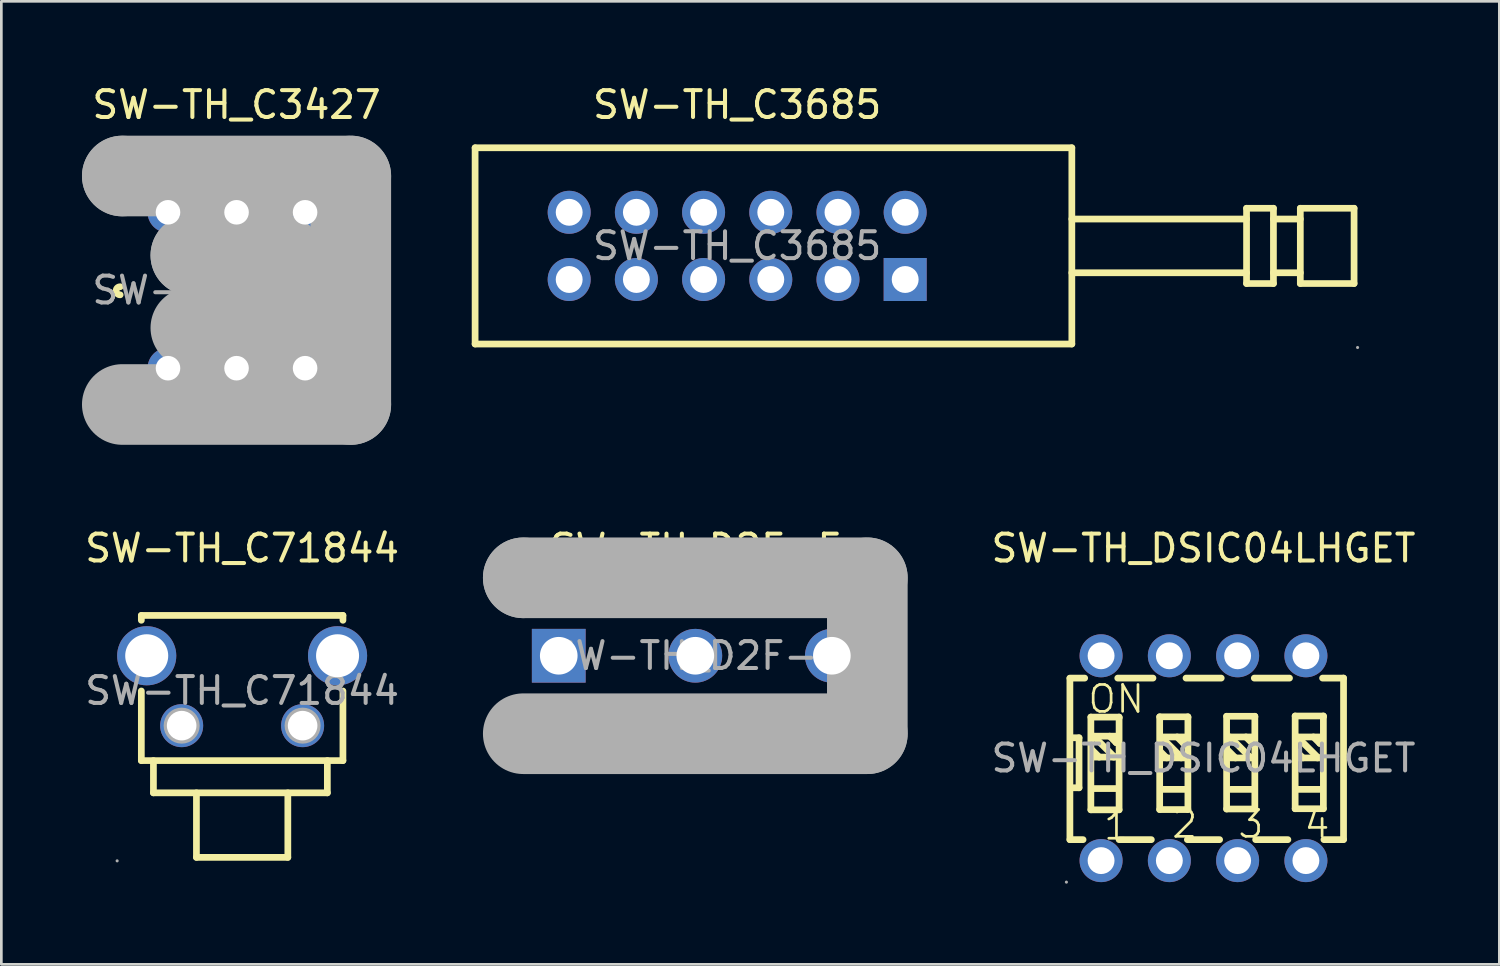
<source format=kicad_pcb>
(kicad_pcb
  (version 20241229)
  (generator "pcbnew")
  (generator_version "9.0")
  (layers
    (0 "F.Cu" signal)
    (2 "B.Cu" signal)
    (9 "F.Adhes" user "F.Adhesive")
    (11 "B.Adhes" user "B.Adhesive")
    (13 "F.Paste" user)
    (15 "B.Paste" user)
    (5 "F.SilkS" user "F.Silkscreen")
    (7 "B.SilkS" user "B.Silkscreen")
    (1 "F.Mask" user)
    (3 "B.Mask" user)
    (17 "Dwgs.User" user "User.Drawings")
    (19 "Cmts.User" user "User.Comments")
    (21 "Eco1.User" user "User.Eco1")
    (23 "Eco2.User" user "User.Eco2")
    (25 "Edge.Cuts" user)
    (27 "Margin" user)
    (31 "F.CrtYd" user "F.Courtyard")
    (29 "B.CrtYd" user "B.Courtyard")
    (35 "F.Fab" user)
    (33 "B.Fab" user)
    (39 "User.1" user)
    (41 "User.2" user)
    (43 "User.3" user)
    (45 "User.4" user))
  (footprint "SW-TH_C3685"
    (layer "F.Cu")
    (at 24.375 6.098)
    (property "Reference" "SW-TH_C3685" (at 0 -5.25 0) (layer "F.SilkS") (effects (font (size 1 1) (thickness 0.15))))
    (attr through_hole)
    (fp_line (start -9.75 -3.65) (end 12.45 -3.65) (stroke (width 0.25) (type solid)) (layer "F.SilkS"))
    (fp_line (start -9.75 3.65) (end -9.75 -3.65) (stroke (width 0.25) (type solid)) (layer "F.SilkS"))
    (fp_line (start -9.75 3.65) (end 12.45 3.65) (stroke (width 0.25) (type solid)) (layer "F.SilkS"))
    (fp_line (start 12.45 3.65) (end 12.45 -3.65) (stroke (width 0.25) (type solid)) (layer "F.SilkS"))
    (fp_line (start 18.95 -1) (end 12.45 -1) (stroke (width 0.25) (type solid)) (layer "F.SilkS"))
    (fp_line (start 18.95 1) (end 12.45 1) (stroke (width 0.25) (type solid)) (layer "F.SilkS"))
    (fp_line (start 18.95 1.4) (end 18.95 -1.4) (stroke (width 0.25) (type solid)) (layer "F.SilkS"))
    (fp_line (start 19.95 -1.4) (end 18.95 -1.4) (stroke (width 0.25) (type solid)) (layer "F.SilkS"))
    (fp_line (start 19.95 1.4) (end 18.95 1.4) (stroke (width 0.25) (type solid)) (layer "F.SilkS"))
    (fp_line (start 19.95 1.4) (end 19.95 -1.4) (stroke (width 0.25) (type solid)) (layer "F.SilkS"))
    (fp_line (start 20.95 -1) (end 19.95 -1) (stroke (width 0.25) (type solid)) (layer "F.SilkS"))
    (fp_line (start 20.95 1) (end 19.95 1) (stroke (width 0.25) (type solid)) (layer "F.SilkS"))
    (fp_line (start 20.95 1.4) (end 20.95 -1.4) (stroke (width 0.25) (type solid)) (layer "F.SilkS"))
    (fp_line (start 22.95 -1.4) (end 20.95 -1.4) (stroke (width 0.25) (type solid)) (layer "F.SilkS"))
    (fp_line (start 22.95 1.4) (end 20.95 1.4) (stroke (width 0.25) (type solid)) (layer "F.SilkS"))
    (fp_line (start 22.95 1.4) (end 22.95 -1.4) (stroke (width 0.25) (type solid)) (layer "F.SilkS"))
    (fp_circle (center -6.25 -1.25) (end -6.05 -1.25) (stroke (width 0.4) (type solid)) (fill no) (layer "F.Fab"))
    (fp_circle (center -6.25 1.25) (end -6.05 1.25) (stroke (width 0.4) (type solid)) (fill no) (layer "F.Fab"))
    (fp_circle (center -3.75 -1.25) (end -3.55 -1.25) (stroke (width 0.4) (type solid)) (fill no) (layer "F.Fab"))
    (fp_circle (center -3.75 1.25) (end -3.55 1.25) (stroke (width 0.4) (type solid)) (fill no) (layer "F.Fab"))
    (fp_circle (center -1.25 -1.25) (end -1.05 -1.25) (stroke (width 0.4) (type solid)) (fill no) (layer "F.Fab"))
    (fp_circle (center -1.25 1.25) (end -1.05 1.25) (stroke (width 0.4) (type solid)) (fill no) (layer "F.Fab"))
    (fp_circle (center 1.25 -1.25) (end 1.45 -1.25) (stroke (width 0.4) (type solid)) (fill no) (layer "F.Fab"))
    (fp_circle (center 1.25 1.25) (end 1.45 1.25) (stroke (width 0.4) (type solid)) (fill no) (layer "F.Fab"))
    (fp_circle (center 3.75 -1.25) (end 3.95 -1.25) (stroke (width 0.4) (type solid)) (fill no) (layer "F.Fab"))
    (fp_circle (center 3.75 1.25) (end 3.95 1.25) (stroke (width 0.4) (type solid)) (fill no) (layer "F.Fab"))
    (fp_circle (center 6.25 -1.25) (end 6.45 -1.25) (stroke (width 0.4) (type solid)) (fill no) (layer "F.Fab"))
    (fp_circle (center 6.25 1.25) (end 6.45 1.25) (stroke (width 0.4) (type solid)) (fill no) (layer "F.Fab"))
    (fp_circle (center 23.08 3.78) (end 23.11 3.78) (stroke (width 0.06) (type solid)) (fill no) (layer "F.Fab"))
    (fp_text user "${REFERENCE}" (at 0 0 0) (layer "F.Fab") (effects (font (size 1 1) (thickness 0.15))))
    (pad "1" thru_hole rect (at 6.25 1.25 180) (size 1.6 1.6) (drill 1) (layers "*.Cu" "*.Paste" "*.Mask"))
    (pad "2" thru_hole circle (at 3.75 1.25 180) (size 1.6 1.6) (drill 1) (layers "*.Cu" "*.Paste" "*.Mask"))
    (pad "3" thru_hole circle (at 1.25 1.25 180) (size 1.6 1.6) (drill 1) (layers "*.Cu" "*.Paste" "*.Mask"))
    (pad "4" thru_hole circle (at -1.25 1.25 180) (size 1.6 1.6) (drill 1) (layers "*.Cu" "*.Paste" "*.Mask"))
    (pad "5" thru_hole circle (at -3.75 1.25 180) (size 1.6 1.6) (drill 1) (layers "*.Cu" "*.Paste" "*.Mask"))
    (pad "6" thru_hole circle (at -6.25 1.25 180) (size 1.6 1.6) (drill 1) (layers "*.Cu" "*.Paste" "*.Mask"))
    (pad "7" thru_hole circle (at 6.25 -1.25 180) (size 1.6 1.6) (drill 1) (layers "*.Cu" "*.Paste" "*.Mask"))
    (pad "8" thru_hole circle (at 3.75 -1.25 180) (size 1.6 1.6) (drill 1) (layers "*.Cu" "*.Paste" "*.Mask"))
    (pad "9" thru_hole circle (at 1.25 -1.25 180) (size 1.6 1.6) (drill 1) (layers "*.Cu" "*.Paste" "*.Mask"))
    (pad "10" thru_hole circle (at -1.25 -1.25 180) (size 1.6 1.6) (drill 1) (layers "*.Cu" "*.Paste" "*.Mask"))
    (pad "11" thru_hole circle (at -3.75 -1.25 180) (size 1.6 1.6) (drill 1) (layers "*.Cu" "*.Paste" "*.Mask"))
    (pad "12" thru_hole circle (at -6.25 -1.25 180) (size 1.6 1.6) (drill 1) (layers "*.Cu" "*.Paste" "*.Mask")))
  (footprint "SW-TH_C3427"
    (layer "F.Cu")
    (at 5.75 7.748)
    (property "Reference" "SW-TH_C3427" (at 0 -6.9 0) (layer "F.SilkS") (effects (font (size 1 1) (thickness 0.15))))
    (attr through_hole)
    (fp_arc (start -4.33 0.17) (mid -4.48 0.02) (end -4.33 -0.13) (stroke (width 0.25) (type solid)) (layer "F.SilkS"))
    (fp_line (start -4.25 -4.25) (end -4.25 -4.25) (stroke (width 3) (type solid)) (layer "F.Fab"))
    (fp_line (start -4.25 -4.25) (end 4.25 -4.25) (stroke (width 3) (type solid)) (layer "F.Fab"))
    (fp_line (start -1.7 -1.3) (end -1.7 -1.3) (stroke (width 3) (type solid)) (layer "F.Fab"))
    (fp_line (start -1.7 -1.3) (end 1.7 -1.3) (stroke (width 3) (type solid)) (layer "F.Fab"))
    (fp_line (start 1.7 -1.3) (end 1.7 1.4) (stroke (width 3) (type solid)) (layer "F.Fab"))
    (fp_line (start 1.7 1.4) (end -1.7 1.4) (stroke (width 3) (type solid)) (layer "F.Fab"))
    (fp_line (start 4.25 -4.25) (end 4.25 4.25) (stroke (width 3) (type solid)) (layer "F.Fab"))
    (fp_line (start 4.25 4.25) (end -4.25 4.25) (stroke (width 3) (type solid)) (layer "F.Fab"))
    (fp_circle (center -4.6 4.38) (end -4.57 4.38) (stroke (width 0.06) (type solid)) (fill no) (layer "F.Fab"))
    (fp_circle (center -2.55 -2.9) (end -2.37 -2.9) (stroke (width 0.36) (type solid)) (fill no) (layer "F.Fab"))
    (fp_circle (center -2.55 2.9) (end -2.37 2.9) (stroke (width 0.36) (type solid)) (fill no) (layer "F.Fab"))
    (fp_circle (center 0 -2.9) (end 0.18 -2.9) (stroke (width 0.36) (type solid)) (fill no) (layer "F.Fab"))
    (fp_circle (center 0 2.9) (end 0.18 2.9) (stroke (width 0.36) (type solid)) (fill no) (layer "F.Fab"))
    (fp_circle (center 2.55 -2.9) (end 2.73 -2.9) (stroke (width 0.36) (type solid)) (fill no) (layer "F.Fab"))
    (fp_circle (center 2.55 2.9) (end 2.73 2.9) (stroke (width 0.36) (type solid)) (fill no) (layer "F.Fab"))
    (fp_text user "${REFERENCE}" (at 0 0 0) (layer "F.Fab") (effects (font (size 1 1) (thickness 0.15))))
    (pad "1" thru_hole circle (at -2.55 2.9) (size 1.52 1.52) (drill 0.914) (layers "*.Cu" "*.Paste" "*.Mask"))
    (pad "2" thru_hole circle (at 0 2.9) (size 1.52 1.52) (drill 0.914) (layers "*.Cu" "*.Paste" "*.Mask"))
    (pad "3" thru_hole circle (at 2.55 2.9) (size 1.52 1.52) (drill 0.914) (layers "*.Cu" "*.Paste" "*.Mask"))
    (pad "4" thru_hole circle (at -2.55 -2.9) (size 1.52 1.52) (drill 0.914) (layers "*.Cu" "*.Paste" "*.Mask"))
    (pad "5" thru_hole circle (at 0 -2.9) (size 1.52 1.52) (drill 0.914) (layers "*.Cu" "*.Paste" "*.Mask"))
    (pad "6" thru_hole circle (at 2.55 -2.9) (size 1.52 1.52) (drill 0.914) (layers "*.Cu" "*.Paste" "*.Mask")))
  (footprint "SW-TH_D2F-F"
    (layer "F.Cu")
    (at 22.817 21.346)
    (property "Reference" "SW-TH_D2F-F" (at 0 -4 0) (layer "F.SilkS") (effects (font (size 1 1) (thickness 0.15))))
    (attr through_hole)
    (fp_line (start -6.4 -2.9) (end -6.4 -2.9) (stroke (width 3) (type solid)) (layer "F.Fab"))
    (fp_line (start -6.4 -2.9) (end 6.4 -2.9) (stroke (width 3) (type solid)) (layer "F.Fab"))
    (fp_line (start 6.4 -2.9) (end 6.4 2.9) (stroke (width 3) (type solid)) (layer "F.Fab"))
    (fp_line (start 6.4 2.9) (end -6.4 2.9) (stroke (width 3) (type solid)) (layer "F.Fab"))
    (fp_circle (center -6.53 3.03) (end -6.5 3.03) (stroke (width 0.06) (type solid)) (fill no) (layer "F.Fab"))
    (fp_circle (center -5.08 0) (end -4.78 0) (stroke (width 0.6) (type solid)) (fill no) (layer "F.Fab"))
    (fp_circle (center 0 0) (end 0.3 0) (stroke (width 0.6) (type solid)) (fill no) (layer "F.Fab"))
    (fp_circle (center 5.08 0) (end 5.38 0) (stroke (width 0.6) (type solid)) (fill no) (layer "F.Fab"))
    (fp_text user "${REFERENCE}" (at 0 0 0) (layer "F.Fab") (effects (font (size 1 1) (thickness 0.15))))
    (pad "1" thru_hole rect (at -5.08 0) (size 2 2) (drill 1.4) (layers "*.Cu" "*.Paste" "*.Mask"))
    (pad "2" thru_hole circle (at 0 0) (size 2 2) (drill 1.4) (layers "*.Cu" "*.Paste" "*.Mask"))
    (pad "3" thru_hole circle (at 5.08 0) (size 2 2) (drill 1.4) (layers "*.Cu" "*.Paste" "*.Mask")))
  (footprint "SW-TH_C71844"
    (layer "F.Cu")
    (at 5.958 22.646)
    (property "Reference" "SW-TH_C71844" (at 0 -5.3 0) (layer "F.SilkS") (effects (font (size 1 1) (thickness 0.15))))
    (attr through_hole)
    (fp_line (start -3.75 -2.8) (end -3.75 -2.62) (stroke (width 0.25) (type solid)) (layer "F.SilkS"))
    (fp_line (start -3.75 -2.8) (end 3.75 -2.8) (stroke (width 0.25) (type solid)) (layer "F.SilkS"))
    (fp_line (start -3.75 0.01) (end -3.75 2.6) (stroke (width 0.25) (type solid)) (layer "F.SilkS"))
    (fp_line (start -3.75 2.6) (end 3.75 2.6) (stroke (width 0.25) (type solid)) (layer "F.SilkS"))
    (fp_line (start -3.3 2.6) (end -3.3 3.8) (stroke (width 0.25) (type solid)) (layer "F.SilkS"))
    (fp_line (start -3.3 3.8) (end 3.17 3.8) (stroke (width 0.25) (type solid)) (layer "F.SilkS"))
    (fp_line (start -1.7 6.2) (end -1.7 3.8) (stroke (width 0.25) (type solid)) (layer "F.SilkS"))
    (fp_line (start -1.7 6.2) (end 1.7 6.2) (stroke (width 0.25) (type solid)) (layer "F.SilkS"))
    (fp_line (start 1.7 6.2) (end 1.7 3.8) (stroke (width 0.25) (type solid)) (layer "F.SilkS"))
    (fp_line (start 3.17 2.6) (end 3.17 3.8) (stroke (width 0.25) (type solid)) (layer "F.SilkS"))
    (fp_line (start 3.75 -2.8) (end 3.75 -2.62) (stroke (width 0.25) (type solid)) (layer "F.SilkS"))
    (fp_line (start 3.75 0.01) (end 3.75 2.6) (stroke (width 0.25) (type solid)) (layer "F.SilkS"))
    (fp_circle (center -4.65 6.33) (end -4.62 6.33) (stroke (width 0.06) (type solid)) (fill no) (layer "F.Fab"))
    (fp_circle (center -3.55 -1.3) (end -3.2 -1.3) (stroke (width 0.7) (type solid)) (fill no) (layer "F.Fab"))
    (fp_circle (center -2.25 1.3) (end -2.03 1.3) (stroke (width 0.45) (type solid)) (fill no) (layer "F.Fab"))
    (fp_circle (center 2.25 1.3) (end 2.47 1.3) (stroke (width 0.45) (type solid)) (fill no) (layer "F.Fab"))
    (fp_circle (center 3.55 -1.3) (end 3.9 -1.3) (stroke (width 0.7) (type solid)) (fill no) (layer "F.Fab"))
    (fp_text user "${REFERENCE}" (at 0 0 0) (layer "F.Fab") (effects (font (size 1 1) (thickness 0.15))))
    (pad "1" thru_hole circle (at -2.25 1.3) (size 1.6 1.6) (drill 1.1) (layers "*.Cu" "*.Paste" "*.Mask"))
    (pad "2" thru_hole circle (at 2.25 1.3) (size 1.6 1.6) (drill 1.1) (layers "*.Cu" "*.Paste" "*.Mask"))
    (pad "3" thru_hole circle (at -3.55 -1.3) (size 2.2 2.2) (drill 1.6) (layers "*.Cu" "*.Paste" "*.Mask"))
    (pad "4" thru_hole circle (at 3.55 -1.3) (size 2.2 2.2) (drill 1.6) (layers "*.Cu" "*.Paste" "*.Mask")))
  (footprint "SW-TH_DSIC04LHGET"
    (layer "F.Cu")
    (at 41.723 25.157)
    (property "Reference" "SW-TH_DSIC04LHGET" (at 0 -7.81 0) (layer "F.SilkS") (effects (font (size 1 1) (thickness 0.15))))
    (attr through_hole)
    (fp_line (start -4.97 -2.97) (end -4.97 3.03) (stroke (width 0.25) (type solid)) (layer "F.SilkS"))
    (fp_line (start -4.97 3.03) (end -4.48 3.03) (stroke (width 0.25) (type solid)) (layer "F.SilkS"))
    (fp_line (start -4.93 -0.76) (end -4.63 -0.76) (stroke (width 0.25) (type solid)) (layer "F.SilkS"))
    (fp_line (start -4.63 -0.76) (end -4.63 1.1) (stroke (width 0.25) (type solid)) (layer "F.SilkS"))
    (fp_line (start -4.63 1.1) (end -4.91 1.1) (stroke (width 0.25) (type solid)) (layer "F.SilkS"))
    (fp_line (start -4.42 -2.98) (end -4.97 -2.98) (stroke (width 0.25) (type solid)) (layer "F.SilkS"))
    (fp_line (start -4.19 -1.53) (end -4.19 1.92) (stroke (width 0.25) (type solid)) (layer "F.SilkS"))
    (fp_line (start -4.19 1.92) (end -3.14 1.92) (stroke (width 0.25) (type solid)) (layer "F.SilkS"))
    (fp_line (start -4.09 -0.82) (end -3.34 -0.07) (stroke (width 0.25) (type solid)) (layer "F.SilkS"))
    (fp_line (start -4.08 -0.04) (end -3.21 -0.04) (stroke (width 0.25) (type solid)) (layer "F.SilkS"))
    (fp_line (start -4.06 -0.82) (end -3.19 -0.82) (stroke (width 0.25) (type solid)) (layer "F.SilkS"))
    (fp_line (start -4.06 1.13) (end -3.19 1.13) (stroke (width 0.25) (type solid)) (layer "F.SilkS"))
    (fp_line (start -3.88 -0.04) (end -4.15 -0.31) (stroke (width 0.25) (type solid)) (layer "F.SilkS"))
    (fp_line (start -3.49 -0.82) (end -3.25 -0.58) (stroke (width 0.25) (type solid)) (layer "F.SilkS"))
    (fp_line (start -3.34 -0.07) (end -3.34 -0.04) (stroke (width 0.25) (type solid)) (layer "F.SilkS"))
    (fp_line (start -3.25 -0.58) (end -3.22 -0.58) (stroke (width 0.25) (type solid)) (layer "F.SilkS"))
    (fp_line (start -3.14 -1.53) (end -4.19 -1.53) (stroke (width 0.25) (type solid)) (layer "F.SilkS"))
    (fp_line (start -3.14 -1.5) (end -3.14 -1.53) (stroke (width 0.25) (type solid)) (layer "F.SilkS"))
    (fp_line (start -3.14 1.92) (end -3.14 -1.5) (stroke (width 0.25) (type solid)) (layer "F.SilkS"))
    (fp_line (start -3.14 3.03) (end -1.94 3.03) (stroke (width 0.25) (type solid)) (layer "F.SilkS"))
    (fp_line (start -1.88 -2.98) (end -3.19 -2.98) (stroke (width 0.25) (type solid)) (layer "F.SilkS"))
    (fp_line (start -1.63 -1.54) (end -1.63 1.91) (stroke (width 0.25) (type solid)) (layer "F.SilkS"))
    (fp_line (start -1.63 1.91) (end -0.58 1.91) (stroke (width 0.25) (type solid)) (layer "F.SilkS"))
    (fp_line (start -1.58 -0.79) (end -0.83 -0.04) (stroke (width 0.25) (type solid)) (layer "F.SilkS"))
    (fp_line (start -1.57 -0.01) (end -0.7 -0.01) (stroke (width 0.25) (type solid)) (layer "F.SilkS"))
    (fp_line (start -1.55 -0.79) (end -0.68 -0.79) (stroke (width 0.25) (type solid)) (layer "F.SilkS"))
    (fp_line (start -1.55 1.16) (end -0.68 1.16) (stroke (width 0.25) (type solid)) (layer "F.SilkS"))
    (fp_line (start -1.37 -0.01) (end -1.64 -0.28) (stroke (width 0.25) (type solid)) (layer "F.SilkS"))
    (fp_line (start -0.98 -0.79) (end -0.74 -0.55) (stroke (width 0.25) (type solid)) (layer "F.SilkS"))
    (fp_line (start -0.83 -0.04) (end -0.83 -0.01) (stroke (width 0.25) (type solid)) (layer "F.SilkS"))
    (fp_line (start -0.74 -0.55) (end -0.71 -0.55) (stroke (width 0.25) (type solid)) (layer "F.SilkS"))
    (fp_line (start -0.6 3.03) (end 0.6 3.03) (stroke (width 0.25) (type solid)) (layer "F.SilkS"))
    (fp_line (start -0.58 -1.54) (end -1.63 -1.54) (stroke (width 0.25) (type solid)) (layer "F.SilkS"))
    (fp_line (start -0.58 -1.51) (end -0.58 -1.54) (stroke (width 0.25) (type solid)) (layer "F.SilkS"))
    (fp_line (start -0.58 1.91) (end -0.58 -1.51) (stroke (width 0.25) (type solid)) (layer "F.SilkS"))
    (fp_line (start 0.66 -2.98) (end -0.65 -2.98) (stroke (width 0.25) (type solid)) (layer "F.SilkS"))
    (fp_line (start 0.86 -1.56) (end 0.86 1.89) (stroke (width 0.25) (type solid)) (layer "F.SilkS"))
    (fp_line (start 0.86 1.89) (end 1.91 1.89) (stroke (width 0.25) (type solid)) (layer "F.SilkS"))
    (fp_line (start 0.98 -0.79) (end 1.73 -0.04) (stroke (width 0.25) (type solid)) (layer "F.SilkS"))
    (fp_line (start 0.99 -0.01) (end 1.86 -0.01) (stroke (width 0.25) (type solid)) (layer "F.SilkS"))
    (fp_line (start 1.01 -0.79) (end 1.88 -0.79) (stroke (width 0.25) (type solid)) (layer "F.SilkS"))
    (fp_line (start 1.01 1.16) (end 1.88 1.16) (stroke (width 0.25) (type solid)) (layer "F.SilkS"))
    (fp_line (start 1.19 -0.01) (end 0.92 -0.28) (stroke (width 0.25) (type solid)) (layer "F.SilkS"))
    (fp_line (start 1.58 -0.79) (end 1.82 -0.55) (stroke (width 0.25) (type solid)) (layer "F.SilkS"))
    (fp_line (start 1.73 -0.04) (end 1.73 -0.01) (stroke (width 0.25) (type solid)) (layer "F.SilkS"))
    (fp_line (start 1.82 -0.55) (end 1.85 -0.55) (stroke (width 0.25) (type solid)) (layer "F.SilkS"))
    (fp_line (start 1.91 -1.56) (end 0.86 -1.56) (stroke (width 0.25) (type solid)) (layer "F.SilkS"))
    (fp_line (start 1.91 -1.53) (end 1.91 -1.56) (stroke (width 0.25) (type solid)) (layer "F.SilkS"))
    (fp_line (start 1.91 1.89) (end 1.91 -1.53) (stroke (width 0.25) (type solid)) (layer "F.SilkS"))
    (fp_line (start 1.94 3.03) (end 3.14 3.03) (stroke (width 0.25) (type solid)) (layer "F.SilkS"))
    (fp_line (start 3.2 -2.98) (end 1.89 -2.98) (stroke (width 0.25) (type solid)) (layer "F.SilkS"))
    (fp_line (start 3.41 -1.57) (end 3.41 1.88) (stroke (width 0.25) (type solid)) (layer "F.SilkS"))
    (fp_line (start 3.41 1.88) (end 4.46 1.88) (stroke (width 0.25) (type solid)) (layer "F.SilkS"))
    (fp_line (start 3.49 -0.79) (end 4.24 -0.04) (stroke (width 0.25) (type solid)) (layer "F.SilkS"))
    (fp_line (start 3.5 -0.01) (end 4.37 -0.01) (stroke (width 0.25) (type solid)) (layer "F.SilkS"))
    (fp_line (start 3.52 -0.79) (end 4.39 -0.79) (stroke (width 0.25) (type solid)) (layer "F.SilkS"))
    (fp_line (start 3.52 1.16) (end 4.39 1.16) (stroke (width 0.25) (type solid)) (layer "F.SilkS"))
    (fp_line (start 3.7 -0.01) (end 3.43 -0.28) (stroke (width 0.25) (type solid)) (layer "F.SilkS"))
    (fp_line (start 4.09 -0.79) (end 4.33 -0.55) (stroke (width 0.25) (type solid)) (layer "F.SilkS"))
    (fp_line (start 4.24 -0.04) (end 4.24 -0.01) (stroke (width 0.25) (type solid)) (layer "F.SilkS"))
    (fp_line (start 4.33 -0.55) (end 4.36 -0.55) (stroke (width 0.25) (type solid)) (layer "F.SilkS"))
    (fp_line (start 4.46 -1.57) (end 3.41 -1.57) (stroke (width 0.25) (type solid)) (layer "F.SilkS"))
    (fp_line (start 4.46 -1.54) (end 4.46 -1.57) (stroke (width 0.25) (type solid)) (layer "F.SilkS"))
    (fp_line (start 4.46 1.88) (end 4.46 -1.54) (stroke (width 0.25) (type solid)) (layer "F.SilkS"))
    (fp_line (start 4.48 3.03) (end 5.21 3.03) (stroke (width 0.25) (type solid)) (layer "F.SilkS"))
    (fp_line (start 5.21 -2.98) (end 4.43 -2.98) (stroke (width 0.25) (type solid)) (layer "F.SilkS"))
    (fp_line (start 5.21 -2.98) (end 5.21 3.02) (stroke (width 0.25) (type solid)) (layer "F.SilkS"))
    (fp_circle (center -5.1 4.61) (end -5.07 4.61) (stroke (width 0.06) (type solid)) (fill no) (layer "F.Fab"))
    (fp_circle (center -3.81 -3.81) (end -3.61 -3.81) (stroke (width 0.4) (type solid)) (fill no) (layer "F.Fab"))
    (fp_circle (center -3.81 3.81) (end -3.61 3.81) (stroke (width 0.4) (type solid)) (fill no) (layer "F.Fab"))
    (fp_circle (center -1.27 -3.81) (end -1.07 -3.81) (stroke (width 0.4) (type solid)) (fill no) (layer "F.Fab"))
    (fp_circle (center -1.27 3.81) (end -1.07 3.81) (stroke (width 0.4) (type solid)) (fill no) (layer "F.Fab"))
    (fp_circle (center 1.27 -3.81) (end 1.47 -3.81) (stroke (width 0.4) (type solid)) (fill no) (layer "F.Fab"))
    (fp_circle (center 1.27 3.81) (end 1.47 3.81) (stroke (width 0.4) (type solid)) (fill no) (layer "F.Fab"))
    (fp_circle (center 3.81 -3.81) (end 4.01 -3.81) (stroke (width 0.4) (type solid)) (fill no) (layer "F.Fab"))
    (fp_circle (center 3.81 3.81) (end 4.01 3.81) (stroke (width 0.4) (type solid)) (fill no) (layer "F.Fab"))
    (fp_text user "4" (at 3.68 2.45 0) (layer "F.SilkS") (effects (font (size 1 1) (thickness 0.1)) (justify left)))
    (fp_text user "1" (at -3.78 2.52 0) (layer "F.SilkS") (effects (font (size 1 1) (thickness 0.1)) (justify left)))
    (fp_text user "3" (at 1.22 2.45 0) (layer "F.SilkS") (effects (font (size 1 1) (thickness 0.1)) (justify left)))
    (fp_text user "ON" (at -4.36 -2.2 0) (layer "F.SilkS") (effects (font (size 1 1) (thickness 0.1)) (justify left)))
    (fp_text user "2" (at -1.24 2.45 0) (layer "F.SilkS") (effects (font (size 1 1) (thickness 0.1)) (justify left)))
    (fp_text user "${REFERENCE}" (at 0 0 0) (layer "F.Fab") (effects (font (size 1 1) (thickness 0.15))))
    (pad "1" thru_hole circle (at -3.81 3.81) (size 1.6 1.6) (drill 1) (layers "*.Cu" "*.Paste" "*.Mask"))
    (pad "2" thru_hole circle (at -1.27 3.81) (size 1.6 1.6) (drill 1) (layers "*.Cu" "*.Paste" "*.Mask"))
    (pad "3" thru_hole circle (at 1.27 3.81) (size 1.6 1.6) (drill 1) (layers "*.Cu" "*.Paste" "*.Mask"))
    (pad "4" thru_hole circle (at 3.81 3.81) (size 1.6 1.6) (drill 1) (layers "*.Cu" "*.Paste" "*.Mask"))
    (pad "5" thru_hole circle (at 3.81 -3.81) (size 1.6 1.6) (drill 1) (layers "*.Cu" "*.Paste" "*.Mask"))
    (pad "6" thru_hole circle (at 1.27 -3.81) (size 1.6 1.6) (drill 1) (layers "*.Cu" "*.Paste" "*.Mask"))
    (pad "7" thru_hole circle (at -1.27 -3.81) (size 1.6 1.6) (drill 1) (layers "*.Cu" "*.Paste" "*.Mask"))
    (pad "8" thru_hole circle (at -3.81 -3.81) (size 1.6 1.6) (drill 1) (layers "*.Cu" "*.Paste" "*.Mask")))
  (gr_rect
    (start -3 -3)
    (end 52.729 32.827)
    (stroke (width 0.1) (type default))
    (fill no)
    (layer "Edge.Cuts")))
</source>
